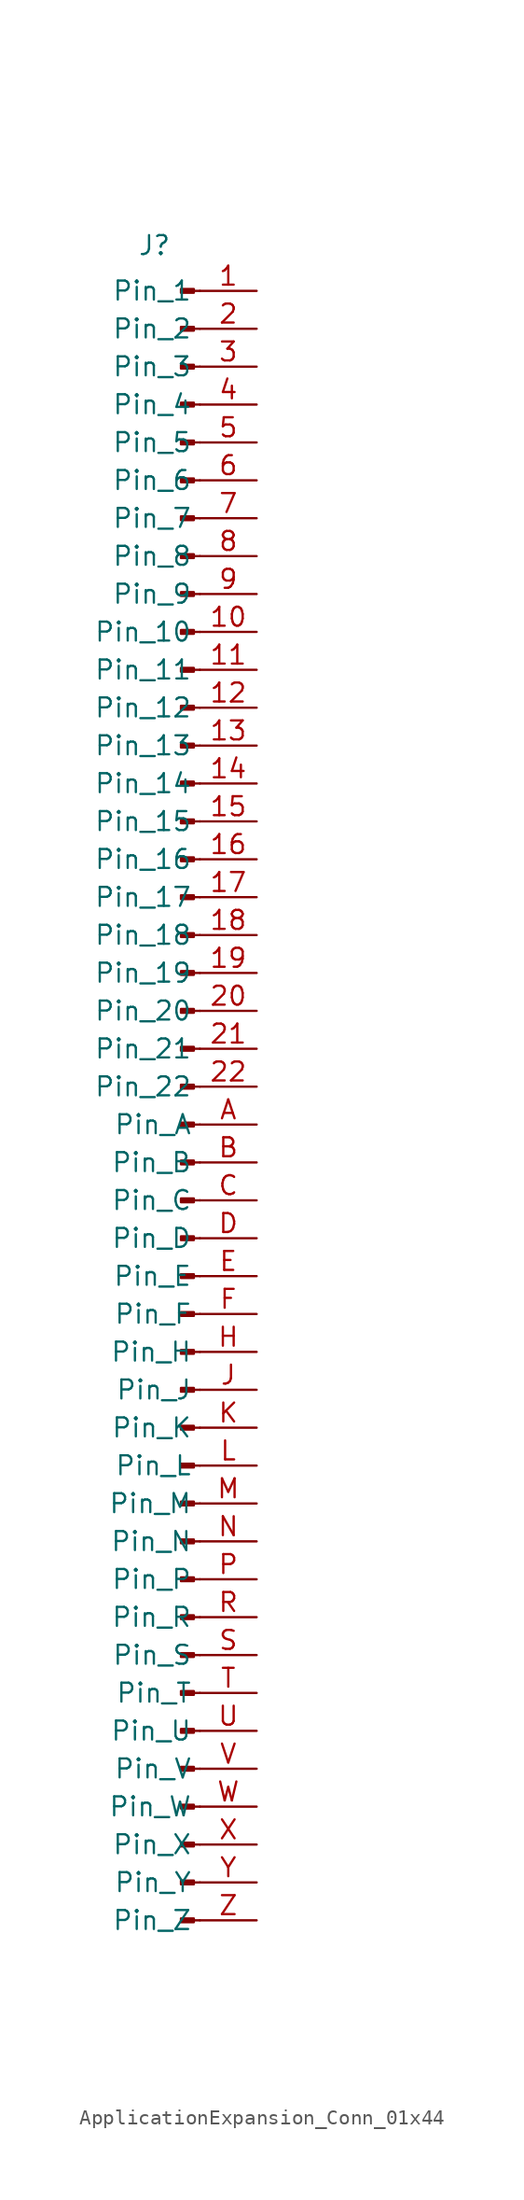
<source format=kicad_sym>
(kicad_symbol_lib
  (version 20231120)
  (generator "kicad_symbol_editor")
  (generator_version "8.0")
  (symbol "ApplicationExpansion_Conn_01x44"
    (property "Reference" "J"
      (at -4.318 57.658 0)
      (effects (font (size 1.27 1.27))))
    (property "Value" ""
      (at 13.97 -1.27 0)
      (effects (font (size 1.27 1.27))))
    (symbol "ApplicationExpansion_Conn_01x44_1_1"
      (rectangle (start -1.676 -54.483) (end -2.54 -54.737) (stroke (width 0.152) (type default)) (fill (type outline)))
      (rectangle (start -1.676 -51.943) (end -2.54 -52.197) (stroke (width 0.152) (type default)) (fill (type outline)))
      (rectangle (start -1.676 -49.403) (end -2.54 -49.657) (stroke (width 0.152) (type default)) (fill (type outline)))
      (rectangle (start -1.676 -46.863) (end -2.54 -47.117) (stroke (width 0.152) (type default)) (fill (type outline)))
      (rectangle (start -1.676 -44.323) (end -2.54 -44.577) (stroke (width 0.152) (type default)) (fill (type outline)))
      (rectangle (start -1.676 -41.783) (end -2.54 -42.037) (stroke (width 0.152) (type default)) (fill (type outline)))
      (rectangle (start -1.676 -39.243) (end -2.54 -39.497) (stroke (width 0.152) (type default)) (fill (type outline)))
      (rectangle (start -1.676 -36.703) (end -2.54 -36.957) (stroke (width 0.152) (type default)) (fill (type outline)))
      (rectangle (start -1.676 -34.163) (end -2.54 -34.417) (stroke (width 0.152) (type default)) (fill (type outline)))
      (rectangle (start -1.676 -31.623) (end -2.54 -31.877) (stroke (width 0.152) (type default)) (fill (type outline)))
      (rectangle (start -1.676 -29.083) (end -2.54 -29.337) (stroke (width 0.152) (type default)) (fill (type outline)))
      (rectangle (start -1.676 -26.543) (end -2.54 -26.797) (stroke (width 0.152) (type default)) (fill (type outline)))
      (rectangle (start -1.676 -24.003) (end -2.54 -24.257) (stroke (width 0.152) (type default)) (fill (type outline)))
      (rectangle (start -1.676 -21.463) (end -2.54 -21.717) (stroke (width 0.152) (type default)) (fill (type outline)))
      (rectangle (start -1.676 -18.923) (end -2.54 -19.177) (stroke (width 0.152) (type default)) (fill (type outline)))
      (rectangle (start -1.676 -16.383) (end -2.54 -16.637) (stroke (width 0.152) (type default)) (fill (type outline)))
      (rectangle (start -1.676 -13.843) (end -2.54 -14.097) (stroke (width 0.152) (type default)) (fill (type outline)))
      (rectangle (start -1.676 -11.303) (end -2.54 -11.557) (stroke (width 0.152) (type default)) (fill (type outline)))
      (rectangle (start -1.676 -8.763) (end -2.54 -9.017) (stroke (width 0.152) (type default)) (fill (type outline)))
      (rectangle (start -1.676 -6.223) (end -2.54 -6.477) (stroke (width 0.152) (type default)) (fill (type outline)))
      (rectangle (start -1.676 -3.683) (end -2.54 -3.937) (stroke (width 0.152) (type default)) (fill (type outline)))
      (rectangle (start -1.676 -1.143) (end -2.54 -1.397) (stroke (width 0.152) (type default)) (fill (type outline)))
      (rectangle (start -1.676 1.397) (end -2.54 1.143) (stroke (width 0.152) (type default)) (fill (type outline)))
      (rectangle (start -1.676 3.937) (end -2.54 3.683) (stroke (width 0.152) (type default)) (fill (type outline)))
      (rectangle (start -1.676 6.477) (end -2.54 6.223) (stroke (width 0.152) (type default)) (fill (type outline)))
      (rectangle (start -1.676 9.017) (end -2.54 8.763) (stroke (width 0.152) (type default)) (fill (type outline)))
      (rectangle (start -1.676 11.557) (end -2.54 11.303) (stroke (width 0.152) (type default)) (fill (type outline)))
      (rectangle (start -1.676 14.097) (end -2.54 13.843) (stroke (width 0.152) (type default)) (fill (type outline)))
      (rectangle (start -1.676 16.637) (end -2.54 16.383) (stroke (width 0.152) (type default)) (fill (type outline)))
      (rectangle (start -1.676 19.177) (end -2.54 18.923) (stroke (width 0.152) (type default)) (fill (type outline)))
      (rectangle (start -1.676 21.717) (end -2.54 21.463) (stroke (width 0.152) (type default)) (fill (type outline)))
      (rectangle (start -1.676 24.257) (end -2.54 24.003) (stroke (width 0.152) (type default)) (fill (type outline)))
      (rectangle (start -1.676 26.797) (end -2.54 26.543) (stroke (width 0.152) (type default)) (fill (type outline)))
      (rectangle (start -1.676 29.337) (end -2.54 29.083) (stroke (width 0.152) (type default)) (fill (type outline)))
      (rectangle (start -1.676 31.877) (end -2.54 31.623) (stroke (width 0.152) (type default)) (fill (type outline)))
      (rectangle (start -1.676 34.417) (end -2.54 34.163) (stroke (width 0.152) (type default)) (fill (type outline)))
      (rectangle (start -1.676 36.957) (end -2.54 36.703) (stroke (width 0.152) (type default)) (fill (type outline)))
      (rectangle (start -1.676 39.497) (end -2.54 39.243) (stroke (width 0.152) (type default)) (fill (type outline)))
      (rectangle (start -1.676 42.037) (end -2.54 41.783) (stroke (width 0.152) (type default)) (fill (type outline)))
      (rectangle (start -1.676 44.577) (end -2.54 44.323) (stroke (width 0.152) (type default)) (fill (type outline)))
      (rectangle (start -1.676 47.117) (end -2.54 46.863) (stroke (width 0.152) (type default)) (fill (type outline)))
      (rectangle (start -1.676 49.657) (end -2.54 49.403) (stroke (width 0.152) (type default)) (fill (type outline)))
      (rectangle (start -1.676 52.197) (end -2.54 51.943) (stroke (width 0.152) (type default)) (fill (type outline)))
      (rectangle (start -1.676 54.737) (end -2.54 54.483) (stroke (width 0.152) (type default)) (fill (type outline)))
      (polyline (pts (xy -1.27 -54.61) (xy -1.676 -54.61)) (stroke (width 0.152) (type default)) (fill (type none)))
      (polyline (pts (xy -1.27 -52.07) (xy -1.676 -52.07)) (stroke (width 0.152) (type default)) (fill (type none)))
      (polyline (pts (xy -1.27 -49.53) (xy -1.676 -49.53)) (stroke (width 0.152) (type default)) (fill (type none)))
      (polyline (pts (xy -1.27 -46.99) (xy -1.676 -46.99)) (stroke (width 0.152) (type default)) (fill (type none)))
      (polyline (pts (xy -1.27 -44.45) (xy -1.676 -44.45)) (stroke (width 0.152) (type default)) (fill (type none)))
      (polyline (pts (xy -1.27 -41.91) (xy -1.676 -41.91)) (stroke (width 0.152) (type default)) (fill (type none)))
      (polyline (pts (xy -1.27 -39.37) (xy -1.676 -39.37)) (stroke (width 0.152) (type default)) (fill (type none)))
      (polyline (pts (xy -1.27 -36.83) (xy -1.676 -36.83)) (stroke (width 0.152) (type default)) (fill (type none)))
      (polyline (pts (xy -1.27 -34.29) (xy -1.676 -34.29)) (stroke (width 0.152) (type default)) (fill (type none)))
      (polyline (pts (xy -1.27 -31.75) (xy -1.676 -31.75)) (stroke (width 0.152) (type default)) (fill (type none)))
      (polyline (pts (xy -1.27 -29.21) (xy -1.676 -29.21)) (stroke (width 0.152) (type default)) (fill (type none)))
      (polyline (pts (xy -1.27 -26.67) (xy -1.676 -26.67)) (stroke (width 0.152) (type default)) (fill (type none)))
      (polyline (pts (xy -1.27 -24.13) (xy -1.676 -24.13)) (stroke (width 0.152) (type default)) (fill (type none)))
      (polyline (pts (xy -1.27 -21.59) (xy -1.676 -21.59)) (stroke (width 0.152) (type default)) (fill (type none)))
      (polyline (pts (xy -1.27 -19.05) (xy -1.676 -19.05)) (stroke (width 0.152) (type default)) (fill (type none)))
      (polyline (pts (xy -1.27 -16.51) (xy -1.676 -16.51)) (stroke (width 0.152) (type default)) (fill (type none)))
      (polyline (pts (xy -1.27 -13.97) (xy -1.676 -13.97)) (stroke (width 0.152) (type default)) (fill (type none)))
      (polyline (pts (xy -1.27 -11.43) (xy -1.676 -11.43)) (stroke (width 0.152) (type default)) (fill (type none)))
      (polyline (pts (xy -1.27 -8.89) (xy -1.676 -8.89)) (stroke (width 0.152) (type default)) (fill (type none)))
      (polyline (pts (xy -1.27 -6.35) (xy -1.676 -6.35)) (stroke (width 0.152) (type default)) (fill (type none)))
      (polyline (pts (xy -1.27 -3.81) (xy -1.676 -3.81)) (stroke (width 0.152) (type default)) (fill (type none)))
      (polyline (pts (xy -1.27 -1.27) (xy -1.676 -1.27)) (stroke (width 0.152) (type default)) (fill (type none)))
      (polyline (pts (xy -1.27 1.27) (xy -1.676 1.27)) (stroke (width 0.152) (type default)) (fill (type none)))
      (polyline (pts (xy -1.27 3.81) (xy -1.676 3.81)) (stroke (width 0.152) (type default)) (fill (type none)))
      (polyline (pts (xy -1.27 6.35) (xy -1.676 6.35)) (stroke (width 0.152) (type default)) (fill (type none)))
      (polyline (pts (xy -1.27 8.89) (xy -1.676 8.89)) (stroke (width 0.152) (type default)) (fill (type none)))
      (polyline (pts (xy -1.27 11.43) (xy -1.676 11.43)) (stroke (width 0.152) (type default)) (fill (type none)))
      (polyline (pts (xy -1.27 13.97) (xy -1.676 13.97)) (stroke (width 0.152) (type default)) (fill (type none)))
      (polyline (pts (xy -1.27 16.51) (xy -1.676 16.51)) (stroke (width 0.152) (type default)) (fill (type none)))
      (polyline (pts (xy -1.27 19.05) (xy -1.676 19.05)) (stroke (width 0.152) (type default)) (fill (type none)))
      (polyline (pts (xy -1.27 21.59) (xy -1.676 21.59)) (stroke (width 0.152) (type default)) (fill (type none)))
      (polyline (pts (xy -1.27 24.13) (xy -1.676 24.13)) (stroke (width 0.152) (type default)) (fill (type none)))
      (polyline (pts (xy -1.27 26.67) (xy -1.676 26.67)) (stroke (width 0.152) (type default)) (fill (type none)))
      (polyline (pts (xy -1.27 29.21) (xy -1.676 29.21)) (stroke (width 0.152) (type default)) (fill (type none)))
      (polyline (pts (xy -1.27 31.75) (xy -1.676 31.75)) (stroke (width 0.152) (type default)) (fill (type none)))
      (polyline (pts (xy -1.27 34.29) (xy -1.676 34.29)) (stroke (width 0.152) (type default)) (fill (type none)))
      (polyline (pts (xy -1.27 36.83) (xy -1.676 36.83)) (stroke (width 0.152) (type default)) (fill (type none)))
      (polyline (pts (xy -1.27 39.37) (xy -1.676 39.37)) (stroke (width 0.152) (type default)) (fill (type none)))
      (polyline (pts (xy -1.27 41.91) (xy -1.676 41.91)) (stroke (width 0.152) (type default)) (fill (type none)))
      (polyline (pts (xy -1.27 44.45) (xy -1.676 44.45)) (stroke (width 0.152) (type default)) (fill (type none)))
      (polyline (pts (xy -1.27 46.99) (xy -1.676 46.99)) (stroke (width 0.152) (type default)) (fill (type none)))
      (polyline (pts (xy -1.27 49.53) (xy -1.676 49.53)) (stroke (width 0.152) (type default)) (fill (type none)))
      (polyline (pts (xy -1.27 52.07) (xy -1.676 52.07)) (stroke (width 0.152) (type default)) (fill (type none)))
      (polyline (pts (xy -1.27 54.61) (xy -1.676 54.61)) (stroke (width 0.152) (type default)) (fill (type none)))
      (pin passive line (at 2.54 54.61 180) (length 3.81) (name "Pin_1" (effects (font (size 1.27 1.27)))) (number "1" (effects (font (size 1.27 1.27)))))
      (pin passive line (at 2.54 31.75 180) (length 3.81) (name "Pin_10" (effects (font (size 1.27 1.27)))) (number "10" (effects (font (size 1.27 1.27)))))
      (pin passive line (at 2.54 29.21 180) (length 3.81) (name "Pin_11" (effects (font (size 1.27 1.27)))) (number "11" (effects (font (size 1.27 1.27)))))
      (pin passive line (at 2.54 26.67 180) (length 3.81) (name "Pin_12" (effects (font (size 1.27 1.27)))) (number "12" (effects (font (size 1.27 1.27)))))
      (pin passive line (at 2.54 24.13 180) (length 3.81) (name "Pin_13" (effects (font (size 1.27 1.27)))) (number "13" (effects (font (size 1.27 1.27)))))
      (pin passive line (at 2.54 21.59 180) (length 3.81) (name "Pin_14" (effects (font (size 1.27 1.27)))) (number "14" (effects (font (size 1.27 1.27)))))
      (pin passive line (at 2.54 19.05 180) (length 3.81) (name "Pin_15" (effects (font (size 1.27 1.27)))) (number "15" (effects (font (size 1.27 1.27)))))
      (pin passive line (at 2.54 16.51 180) (length 3.81) (name "Pin_16" (effects (font (size 1.27 1.27)))) (number "16" (effects (font (size 1.27 1.27)))))
      (pin passive line (at 2.54 13.97 180) (length 3.81) (name "Pin_17" (effects (font (size 1.27 1.27)))) (number "17" (effects (font (size 1.27 1.27)))))
      (pin passive line (at 2.54 11.43 180) (length 3.81) (name "Pin_18" (effects (font (size 1.27 1.27)))) (number "18" (effects (font (size 1.27 1.27)))))
      (pin passive line (at 2.54 8.89 180) (length 3.81) (name "Pin_19" (effects (font (size 1.27 1.27)))) (number "19" (effects (font (size 1.27 1.27)))))
      (pin passive line (at 2.54 52.07 180) (length 3.81) (name "Pin_2" (effects (font (size 1.27 1.27)))) (number "2" (effects (font (size 1.27 1.27)))))
      (pin passive line (at 2.54 6.35 180) (length 3.81) (name "Pin_20" (effects (font (size 1.27 1.27)))) (number "20" (effects (font (size 1.27 1.27)))))
      (pin passive line (at 2.54 3.81 180) (length 3.81) (name "Pin_21" (effects (font (size 1.27 1.27)))) (number "21" (effects (font (size 1.27 1.27)))))
      (pin passive line (at 2.54 1.27 180) (length 3.81) (name "Pin_22" (effects (font (size 1.27 1.27)))) (number "22" (effects (font (size 1.27 1.27)))))
      (pin passive line (at 2.54 49.53 180) (length 3.81) (name "Pin_3" (effects (font (size 1.27 1.27)))) (number "3" (effects (font (size 1.27 1.27)))))
      (pin passive line (at 2.54 46.99 180) (length 3.81) (name "Pin_4" (effects (font (size 1.27 1.27)))) (number "4" (effects (font (size 1.27 1.27)))))
      (pin passive line (at 2.54 44.45 180) (length 3.81) (name "Pin_5" (effects (font (size 1.27 1.27)))) (number "5" (effects (font (size 1.27 1.27)))))
      (pin passive line (at 2.54 41.91 180) (length 3.81) (name "Pin_6" (effects (font (size 1.27 1.27)))) (number "6" (effects (font (size 1.27 1.27)))))
      (pin passive line (at 2.54 39.37 180) (length 3.81) (name "Pin_7" (effects (font (size 1.27 1.27)))) (number "7" (effects (font (size 1.27 1.27)))))
      (pin passive line (at 2.54 36.83 180) (length 3.81) (name "Pin_8" (effects (font (size 1.27 1.27)))) (number "8" (effects (font (size 1.27 1.27)))))
      (pin passive line (at 2.54 34.29 180) (length 3.81) (name "Pin_9" (effects (font (size 1.27 1.27)))) (number "9" (effects (font (size 1.27 1.27)))))
      (pin passive line (at 2.54 -1.27 180) (length 3.81) (name "Pin_A" (effects (font (size 1.27 1.27)))) (number "A" (effects (font (size 1.27 1.27)))))
      (pin passive line (at 2.54 -3.81 180) (length 3.81) (name "Pin_B" (effects (font (size 1.27 1.27)))) (number "B" (effects (font (size 1.27 1.27)))))
      (pin passive line (at 2.54 -6.35 180) (length 3.81) (name "Pin_C" (effects (font (size 1.27 1.27)))) (number "C" (effects (font (size 1.27 1.27)))))
      (pin passive line (at 2.54 -8.89 180) (length 3.81) (name "Pin_D" (effects (font (size 1.27 1.27)))) (number "D" (effects (font (size 1.27 1.27)))))
      (pin passive line (at 2.54 -11.43 180) (length 3.81) (name "Pin_E" (effects (font (size 1.27 1.27)))) (number "E" (effects (font (size 1.27 1.27)))))
      (pin passive line (at 2.54 -13.97 180) (length 3.81) (name "Pin_F" (effects (font (size 1.27 1.27)))) (number "F" (effects (font (size 1.27 1.27)))))
      (pin passive line (at 2.54 -16.51 180) (length 3.81) (name "Pin_H" (effects (font (size 1.27 1.27)))) (number "H" (effects (font (size 1.27 1.27)))))
      (pin passive line (at 2.54 -19.05 180) (length 3.81) (name "Pin_J" (effects (font (size 1.27 1.27)))) (number "J" (effects (font (size 1.27 1.27)))))
      (pin passive line (at 2.54 -21.59 180) (length 3.81) (name "Pin_K" (effects (font (size 1.27 1.27)))) (number "K" (effects (font (size 1.27 1.27)))))
      (pin passive line (at 2.54 -24.13 180) (length 3.81) (name "Pin_L" (effects (font (size 1.27 1.27)))) (number "L" (effects (font (size 1.27 1.27)))))
      (pin passive line (at 2.54 -26.67 180) (length 3.81) (name "Pin_M" (effects (font (size 1.27 1.27)))) (number "M" (effects (font (size 1.27 1.27)))))
      (pin passive line (at 2.54 -29.21 180) (length 3.81) (name "Pin_N" (effects (font (size 1.27 1.27)))) (number "N" (effects (font (size 1.27 1.27)))))
      (pin passive line (at 2.54 -31.75 180) (length 3.81) (name "Pin_P" (effects (font (size 1.27 1.27)))) (number "P" (effects (font (size 1.27 1.27)))))
      (pin passive line (at 2.54 -34.29 180) (length 3.81) (name "Pin_R" (effects (font (size 1.27 1.27)))) (number "R" (effects (font (size 1.27 1.27)))))
      (pin passive line (at 2.54 -36.83 180) (length 3.81) (name "Pin_S" (effects (font (size 1.27 1.27)))) (number "S" (effects (font (size 1.27 1.27)))))
      (pin passive line (at 2.54 -39.37 180) (length 3.81) (name "Pin_T" (effects (font (size 1.27 1.27)))) (number "T" (effects (font (size 1.27 1.27)))))
      (pin passive line (at 2.54 -41.91 180) (length 3.81) (name "Pin_U" (effects (font (size 1.27 1.27)))) (number "U" (effects (font (size 1.27 1.27)))))
      (pin passive line (at 2.54 -44.45 180) (length 3.81) (name "Pin_V" (effects (font (size 1.27 1.27)))) (number "V" (effects (font (size 1.27 1.27)))))
      (pin passive line (at 2.54 -46.99 180) (length 3.81) (name "Pin_W" (effects (font (size 1.27 1.27)))) (number "W" (effects (font (size 1.27 1.27)))))
      (pin passive line (at 2.54 -49.53 180) (length 3.81) (name "Pin_X" (effects (font (size 1.27 1.27)))) (number "X" (effects (font (size 1.27 1.27)))))
      (pin passive line (at 2.54 -52.07 180) (length 3.81) (name "Pin_Y" (effects (font (size 1.27 1.27)))) (number "Y" (effects (font (size 1.27 1.27)))))
      (pin passive line (at 2.54 -54.61 180) (length 3.81) (name "Pin_Z" (effects (font (size 1.27 1.27)))) (number "Z" (effects (font (size 1.27 1.27))))))))
</source>
